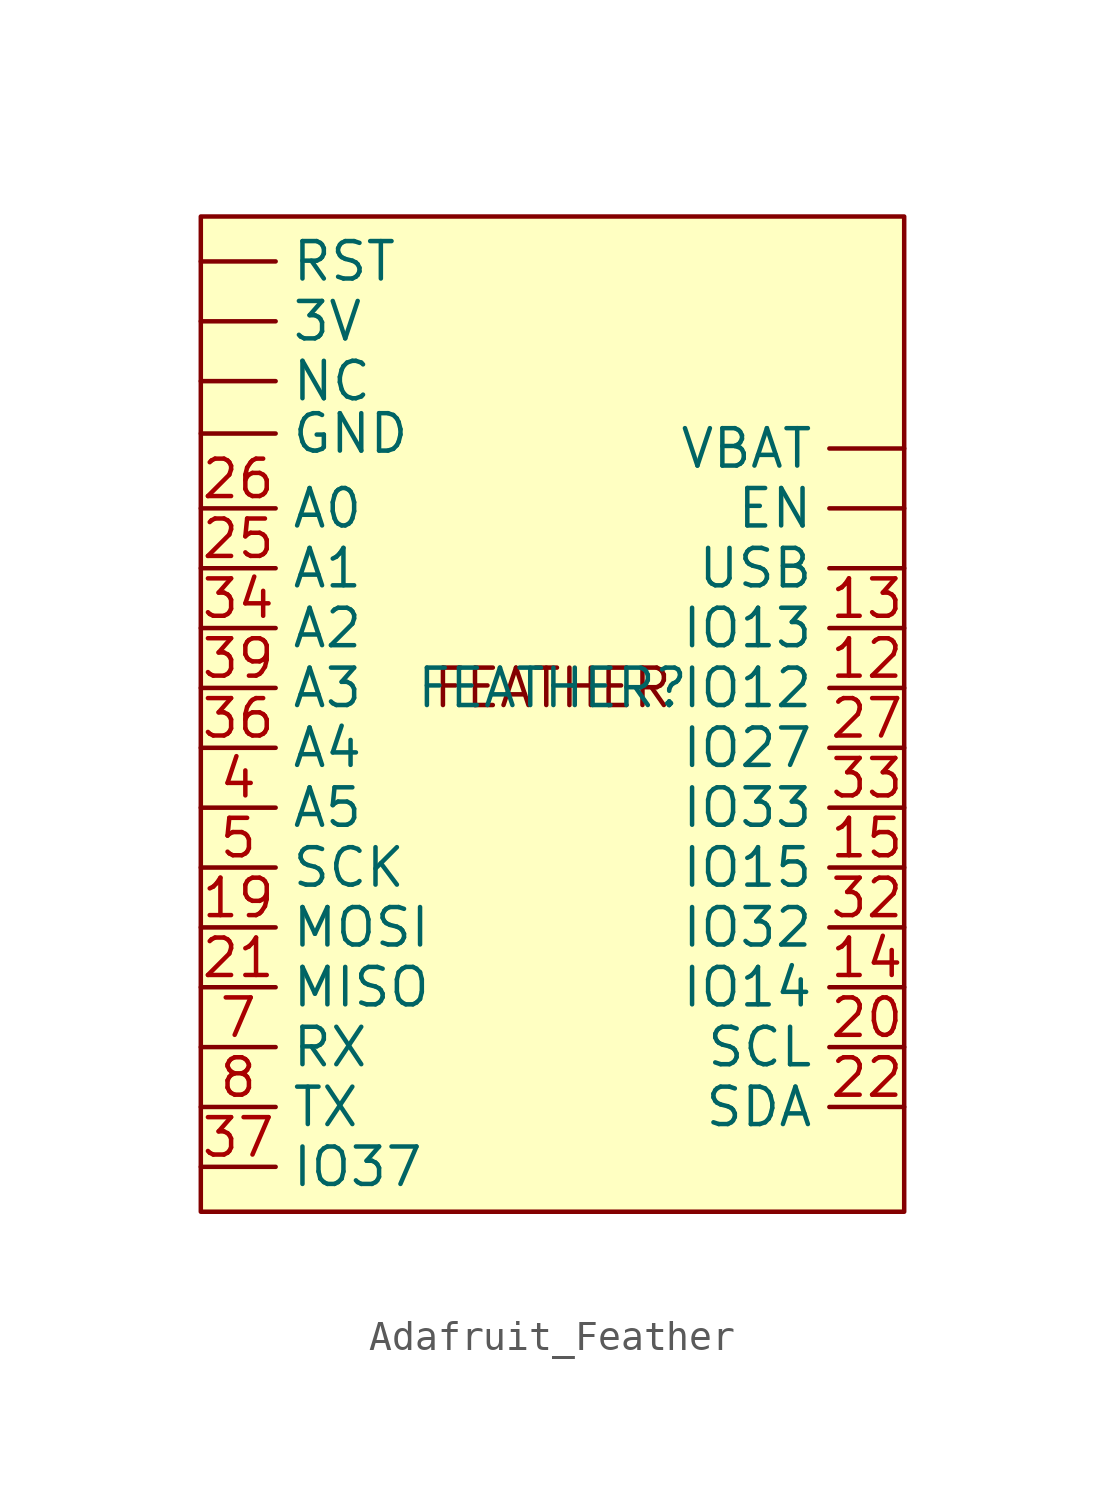
<source format=kicad_sym>
(kicad_symbol_lib
  (version 20220914)
  (generator kicad_symbol_editor)
  (symbol "Adafruit_Feather"
    (property "Reference" "FEATHER"
      (at 0 0 0)
      (effects (font (size 1.27 1.27))))
    (property "Value" ""
      (at 0 0 0)
      (effects (font (size 1.27 1.27))))
    (symbol "Adafruit_Feather_1_1"
      (rectangle (start -11.938 16.002) (end 11.938 -17.78) (stroke (width 0) (type default)) (fill (type background)))
      (text "FEATHER" (at 0 0 0) (effects (font (size 1.27 1.27))))
      (pin power_in line (at -11.938 12.446 0) (length 2.54) (name "3V" (effects (font (size 1.27 1.27)))) (number "" (effects (font (size 1.27 1.27)))))
      (pin input line (at 11.938 6.096 180) (length 2.54) (name "EN" (effects (font (size 1.27 1.27)))) (number "" (effects (font (size 1.27 1.27)))))
      (pin power_out line (at -11.938 8.636 0) (length 2.54) (name "GND" (effects (font (size 1.27 1.27)))) (number "" (effects (font (size 1.27 1.27)))))
      (pin output line (at -11.938 10.414 0) (length 2.54) (name "NC" (effects (font (size 1.27 1.27)))) (number "" (effects (font (size 1.27 1.27)))))
      (pin input line (at -11.938 14.478 0) (length 2.54) (name "RST" (effects (font (size 1.27 1.27)))) (number "" (effects (font (size 1.27 1.27)))))
      (pin input line (at 11.938 4.064 180) (length 2.54) (name "USB" (effects (font (size 1.27 1.27)))) (number "" (effects (font (size 1.27 1.27)))))
      (pin input line (at 11.938 8.128 180) (length 2.54) (name "VBAT" (effects (font (size 1.27 1.27)))) (number "" (effects (font (size 1.27 1.27)))))
      (pin input line (at 11.938 0 180) (length 2.54) (name "IO12" (effects (font (size 1.27 1.27)))) (number "12" (effects (font (size 1.27 1.27)))))
      (pin input line (at 11.938 2.032 180) (length 2.54) (name "IO13" (effects (font (size 1.27 1.27)))) (number "13" (effects (font (size 1.27 1.27)))))
      (pin input line (at 11.938 -10.16 180) (length 2.54) (name "IO14" (effects (font (size 1.27 1.27)))) (number "14" (effects (font (size 1.27 1.27)))))
      (pin input line (at 11.938 -6.096 180) (length 2.54) (name "IO15" (effects (font (size 1.27 1.27)))) (number "15" (effects (font (size 1.27 1.27)))))
      (pin input line (at -11.938 -8.128 0) (length 2.54) (name "MOSI" (effects (font (size 1.27 1.27)))) (number "19" (effects (font (size 1.27 1.27)))))
      (pin input line (at 11.938 -12.192 180) (length 2.54) (name "SCL" (effects (font (size 1.27 1.27)))) (number "20" (effects (font (size 1.27 1.27)))))
      (pin input line (at -11.938 -10.16 0) (length 2.54) (name "MISO" (effects (font (size 1.27 1.27)))) (number "21" (effects (font (size 1.27 1.27)))))
      (pin input line (at 11.938 -14.224 180) (length 2.54) (name "SDA" (effects (font (size 1.27 1.27)))) (number "22" (effects (font (size 1.27 1.27)))))
      (pin input line (at -11.938 4.064 0) (length 2.54) (name "A1" (effects (font (size 1.27 1.27)))) (number "25" (effects (font (size 1.27 1.27)))))
      (pin input line (at -11.938 6.096 0) (length 2.54) (name "A0" (effects (font (size 1.27 1.27)))) (number "26" (effects (font (size 1.27 1.27)))))
      (pin input line (at 11.938 -2.032 180) (length 2.54) (name "IO27" (effects (font (size 1.27 1.27)))) (number "27" (effects (font (size 1.27 1.27)))))
      (pin input line (at 11.938 -8.128 180) (length 2.54) (name "IO32" (effects (font (size 1.27 1.27)))) (number "32" (effects (font (size 1.27 1.27)))))
      (pin input line (at 11.938 -4.064 180) (length 2.54) (name "IO33" (effects (font (size 1.27 1.27)))) (number "33" (effects (font (size 1.27 1.27)))))
      (pin input line (at -11.938 2.032 0) (length 2.54) (name "A2" (effects (font (size 1.27 1.27)))) (number "34" (effects (font (size 1.27 1.27)))))
      (pin input line (at -11.938 -2.032 0) (length 2.54) (name "A4" (effects (font (size 1.27 1.27)))) (number "36" (effects (font (size 1.27 1.27)))))
      (pin input line (at -11.938 -16.256 0) (length 2.54) (name "IO37" (effects (font (size 1.27 1.27)))) (number "37" (effects (font (size 1.27 1.27)))))
      (pin input line (at -11.938 0 0) (length 2.54) (name "A3" (effects (font (size 1.27 1.27)))) (number "39" (effects (font (size 1.27 1.27)))))
      (pin input line (at -11.938 -4.064 0) (length 2.54) (name "A5" (effects (font (size 1.27 1.27)))) (number "4" (effects (font (size 1.27 1.27)))))
      (pin input line (at -11.938 -6.096 0) (length 2.54) (name "SCK" (effects (font (size 1.27 1.27)))) (number "5" (effects (font (size 1.27 1.27)))))
      (pin input line (at -11.938 -12.192 0) (length 2.54) (name "RX" (effects (font (size 1.27 1.27)))) (number "7" (effects (font (size 1.27 1.27)))))
      (pin input line (at -11.938 -14.224 0) (length 2.54) (name "TX" (effects (font (size 1.27 1.27)))) (number "8" (effects (font (size 1.27 1.27))))))))
</source>
